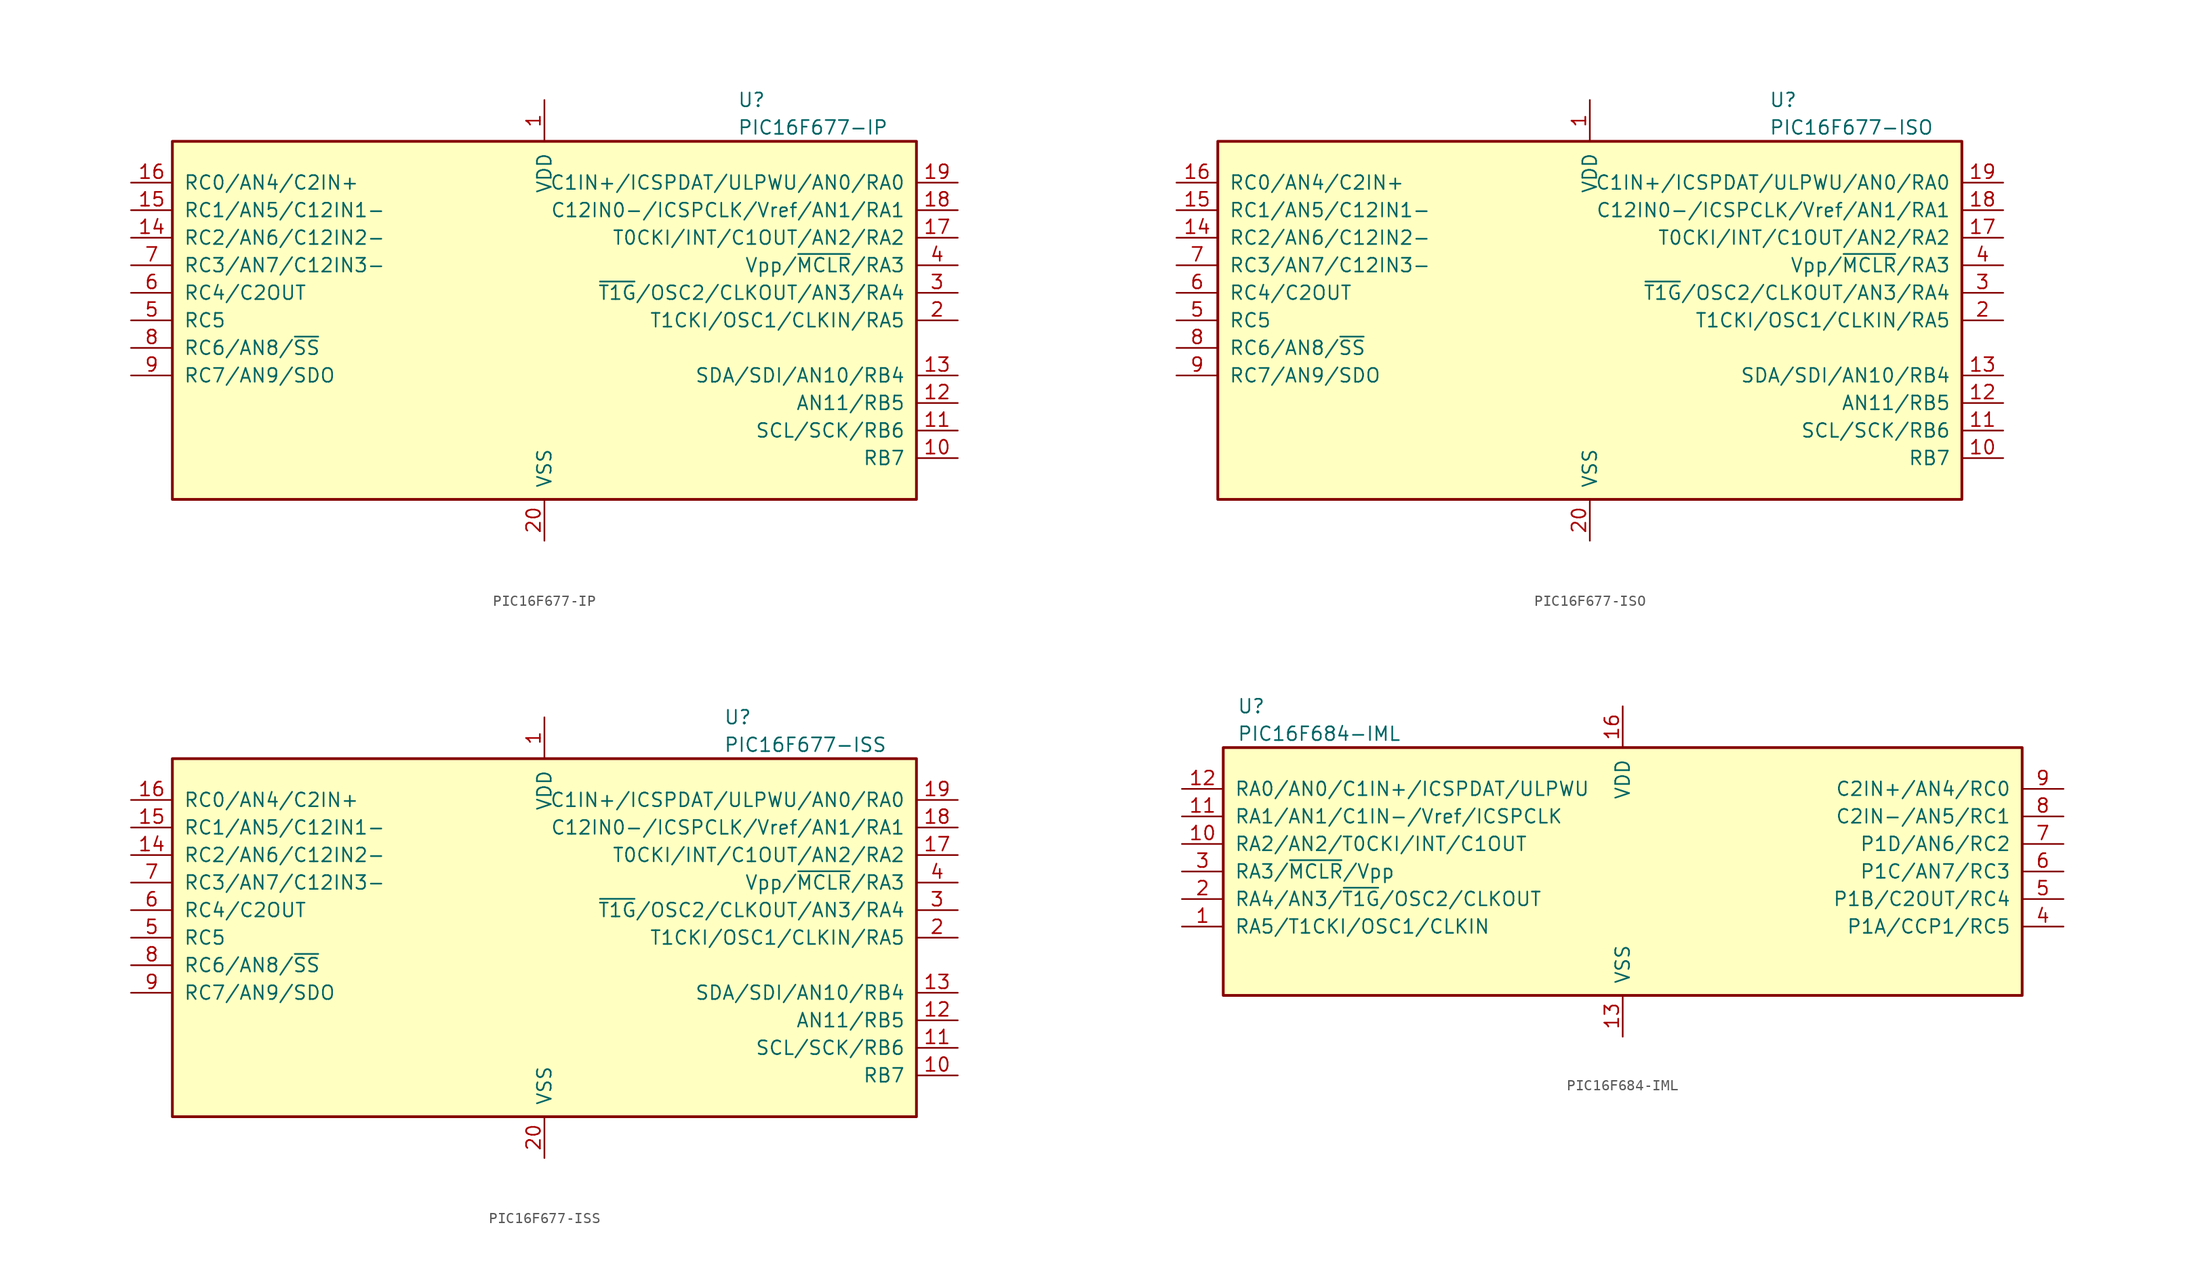
<source format=kicad_sym>
(kicad_symbol_lib
  (version 20201005)
  (generator kicad_symbol_editor)
  (symbol "MCU_Microchip_PIC16:PIC16F677-IP"
    (pin_names
      (offset 1.016))
    (property "Reference" "U"
      (at 17.78 20.32 0)
      (effects (font (size 1.27 1.27)) (justify left)))
    (property "Value" "PIC16F677-IP"
      (at 17.78 17.78 0)
      (effects (font (size 1.27 1.27)) (justify left)))
    (symbol "PIC16F677-IP_0_1"
      (rectangle (start -34.29 16.51) (end 34.29 -16.51) (stroke (width 0.254)) (fill (type background))))
    (symbol "PIC16F677-IP_1_1"
      (pin power_in line (at 0 20.32 270) (length 3.81) (name "VDD" (effects (font (size 1.27 1.27)))) (number "1" (effects (font (size 1.27 1.27)))))
      (pin bidirectional line (at 38.1 -12.7 180) (length 3.81) (name "RB7" (effects (font (size 1.27 1.27)))) (number "10" (effects (font (size 1.27 1.27)))))
      (pin bidirectional line (at 38.1 -10.16 180) (length 3.81) (name "SCL/SCK/RB6" (effects (font (size 1.27 1.27)))) (number "11" (effects (font (size 1.27 1.27)))))
      (pin bidirectional line (at 38.1 -7.62 180) (length 3.81) (name "AN11/RB5" (effects (font (size 1.27 1.27)))) (number "12" (effects (font (size 1.27 1.27)))))
      (pin bidirectional line (at 38.1 -5.08 180) (length 3.81) (name "SDA/SDI/AN10/RB4" (effects (font (size 1.27 1.27)))) (number "13" (effects (font (size 1.27 1.27)))))
      (pin bidirectional line (at -38.1 7.62 0) (length 3.81) (name "RC2/AN6/C12IN2-" (effects (font (size 1.27 1.27)))) (number "14" (effects (font (size 1.27 1.27)))))
      (pin bidirectional line (at -38.1 10.16 0) (length 3.81) (name "RC1/AN5/C12IN1-" (effects (font (size 1.27 1.27)))) (number "15" (effects (font (size 1.27 1.27)))))
      (pin bidirectional line (at -38.1 12.7 0) (length 3.81) (name "RC0/AN4/C2IN+" (effects (font (size 1.27 1.27)))) (number "16" (effects (font (size 1.27 1.27)))))
      (pin bidirectional line (at 38.1 7.62 180) (length 3.81) (name "T0CKI/INT/C1OUT/AN2/RA2" (effects (font (size 1.27 1.27)))) (number "17" (effects (font (size 1.27 1.27)))))
      (pin bidirectional line (at 38.1 10.16 180) (length 3.81) (name "C12IN0-/ICSPCLK/Vref/AN1/RA1" (effects (font (size 1.27 1.27)))) (number "18" (effects (font (size 1.27 1.27)))))
      (pin bidirectional line (at 38.1 12.7 180) (length 3.81) (name "C1IN+/ICSPDAT/ULPWU/AN0/RA0" (effects (font (size 1.27 1.27)))) (number "19" (effects (font (size 1.27 1.27)))))
      (pin bidirectional line (at 38.1 0 180) (length 3.81) (name "T1CKI/OSC1/CLKIN/RA5" (effects (font (size 1.27 1.27)))) (number "2" (effects (font (size 1.27 1.27)))))
      (pin power_in line (at 0 -20.32 90) (length 3.81) (name "VSS" (effects (font (size 1.27 1.27)))) (number "20" (effects (font (size 1.27 1.27)))))
      (pin bidirectional line (at 38.1 2.54 180) (length 3.81) (name "~T1G~/OSC2/CLKOUT/AN3/RA4" (effects (font (size 1.27 1.27)))) (number "3" (effects (font (size 1.27 1.27)))))
      (pin input line (at 38.1 5.08 180) (length 3.81) (name "Vpp/~MCLR~/RA3" (effects (font (size 1.27 1.27)))) (number "4" (effects (font (size 1.27 1.27)))))
      (pin bidirectional line (at -38.1 0 0) (length 3.81) (name "RC5" (effects (font (size 1.27 1.27)))) (number "5" (effects (font (size 1.27 1.27)))))
      (pin bidirectional line (at -38.1 2.54 0) (length 3.81) (name "RC4/C2OUT" (effects (font (size 1.27 1.27)))) (number "6" (effects (font (size 1.27 1.27)))))
      (pin bidirectional line (at -38.1 5.08 0) (length 3.81) (name "RC3/AN7/C12IN3-" (effects (font (size 1.27 1.27)))) (number "7" (effects (font (size 1.27 1.27)))))
      (pin bidirectional line (at -38.1 -2.54 0) (length 3.81) (name "RC6/AN8/~SS~" (effects (font (size 1.27 1.27)))) (number "8" (effects (font (size 1.27 1.27)))))
      (pin bidirectional line (at -38.1 -5.08 0) (length 3.81) (name "RC7/AN9/SDO" (effects (font (size 1.27 1.27)))) (number "9" (effects (font (size 1.27 1.27)))))))
  (symbol "MCU_Microchip_PIC16:PIC16F677-ISO"
    (pin_names
      (offset 1.016))
    (property "Reference" "U"
      (at 16.51 20.32 0)
      (effects (font (size 1.27 1.27)) (justify left)))
    (property "Value" "PIC16F677-ISO"
      (at 16.51 17.78 0)
      (effects (font (size 1.27 1.27)) (justify left)))
    (symbol "PIC16F677-ISO_0_1"
      (rectangle (start -34.29 16.51) (end 34.29 -16.51) (stroke (width 0.254)) (fill (type background))))
    (symbol "PIC16F677-ISO_1_1"
      (pin power_in line (at 0 20.32 270) (length 3.81) (name "VDD" (effects (font (size 1.27 1.27)))) (number "1" (effects (font (size 1.27 1.27)))))
      (pin bidirectional line (at 38.1 -12.7 180) (length 3.81) (name "RB7" (effects (font (size 1.27 1.27)))) (number "10" (effects (font (size 1.27 1.27)))))
      (pin bidirectional line (at 38.1 -10.16 180) (length 3.81) (name "SCL/SCK/RB6" (effects (font (size 1.27 1.27)))) (number "11" (effects (font (size 1.27 1.27)))))
      (pin bidirectional line (at 38.1 -7.62 180) (length 3.81) (name "AN11/RB5" (effects (font (size 1.27 1.27)))) (number "12" (effects (font (size 1.27 1.27)))))
      (pin bidirectional line (at 38.1 -5.08 180) (length 3.81) (name "SDA/SDI/AN10/RB4" (effects (font (size 1.27 1.27)))) (number "13" (effects (font (size 1.27 1.27)))))
      (pin bidirectional line (at -38.1 7.62 0) (length 3.81) (name "RC2/AN6/C12IN2-" (effects (font (size 1.27 1.27)))) (number "14" (effects (font (size 1.27 1.27)))))
      (pin bidirectional line (at -38.1 10.16 0) (length 3.81) (name "RC1/AN5/C12IN1-" (effects (font (size 1.27 1.27)))) (number "15" (effects (font (size 1.27 1.27)))))
      (pin bidirectional line (at -38.1 12.7 0) (length 3.81) (name "RC0/AN4/C2IN+" (effects (font (size 1.27 1.27)))) (number "16" (effects (font (size 1.27 1.27)))))
      (pin bidirectional line (at 38.1 7.62 180) (length 3.81) (name "T0CKI/INT/C1OUT/AN2/RA2" (effects (font (size 1.27 1.27)))) (number "17" (effects (font (size 1.27 1.27)))))
      (pin bidirectional line (at 38.1 10.16 180) (length 3.81) (name "C12IN0-/ICSPCLK/Vref/AN1/RA1" (effects (font (size 1.27 1.27)))) (number "18" (effects (font (size 1.27 1.27)))))
      (pin bidirectional line (at 38.1 12.7 180) (length 3.81) (name "C1IN+/ICSPDAT/ULPWU/AN0/RA0" (effects (font (size 1.27 1.27)))) (number "19" (effects (font (size 1.27 1.27)))))
      (pin bidirectional line (at 38.1 0 180) (length 3.81) (name "T1CKI/OSC1/CLKIN/RA5" (effects (font (size 1.27 1.27)))) (number "2" (effects (font (size 1.27 1.27)))))
      (pin power_in line (at 0 -20.32 90) (length 3.81) (name "VSS" (effects (font (size 1.27 1.27)))) (number "20" (effects (font (size 1.27 1.27)))))
      (pin bidirectional line (at 38.1 2.54 180) (length 3.81) (name "~T1G~/OSC2/CLKOUT/AN3/RA4" (effects (font (size 1.27 1.27)))) (number "3" (effects (font (size 1.27 1.27)))))
      (pin input line (at 38.1 5.08 180) (length 3.81) (name "Vpp/~MCLR~/RA3" (effects (font (size 1.27 1.27)))) (number "4" (effects (font (size 1.27 1.27)))))
      (pin bidirectional line (at -38.1 0 0) (length 3.81) (name "RC5" (effects (font (size 1.27 1.27)))) (number "5" (effects (font (size 1.27 1.27)))))
      (pin bidirectional line (at -38.1 2.54 0) (length 3.81) (name "RC4/C2OUT" (effects (font (size 1.27 1.27)))) (number "6" (effects (font (size 1.27 1.27)))))
      (pin bidirectional line (at -38.1 5.08 0) (length 3.81) (name "RC3/AN7/C12IN3-" (effects (font (size 1.27 1.27)))) (number "7" (effects (font (size 1.27 1.27)))))
      (pin bidirectional line (at -38.1 -2.54 0) (length 3.81) (name "RC6/AN8/~SS~" (effects (font (size 1.27 1.27)))) (number "8" (effects (font (size 1.27 1.27)))))
      (pin bidirectional line (at -38.1 -5.08 0) (length 3.81) (name "RC7/AN9/SDO" (effects (font (size 1.27 1.27)))) (number "9" (effects (font (size 1.27 1.27)))))))
  (symbol "MCU_Microchip_PIC16:PIC16F677-ISS"
    (pin_names
      (offset 1.016))
    (property "Reference" "U"
      (at 16.51 20.32 0)
      (effects (font (size 1.27 1.27)) (justify left)))
    (property "Value" "PIC16F677-ISS"
      (at 16.51 17.78 0)
      (effects (font (size 1.27 1.27)) (justify left)))
    (symbol "PIC16F677-ISS_0_1"
      (rectangle (start -34.29 16.51) (end 34.29 -16.51) (stroke (width 0.254)) (fill (type background))))
    (symbol "PIC16F677-ISS_1_1"
      (pin power_in line (at 0 20.32 270) (length 3.81) (name "VDD" (effects (font (size 1.27 1.27)))) (number "1" (effects (font (size 1.27 1.27)))))
      (pin bidirectional line (at 38.1 -12.7 180) (length 3.81) (name "RB7" (effects (font (size 1.27 1.27)))) (number "10" (effects (font (size 1.27 1.27)))))
      (pin bidirectional line (at 38.1 -10.16 180) (length 3.81) (name "SCL/SCK/RB6" (effects (font (size 1.27 1.27)))) (number "11" (effects (font (size 1.27 1.27)))))
      (pin bidirectional line (at 38.1 -7.62 180) (length 3.81) (name "AN11/RB5" (effects (font (size 1.27 1.27)))) (number "12" (effects (font (size 1.27 1.27)))))
      (pin bidirectional line (at 38.1 -5.08 180) (length 3.81) (name "SDA/SDI/AN10/RB4" (effects (font (size 1.27 1.27)))) (number "13" (effects (font (size 1.27 1.27)))))
      (pin bidirectional line (at -38.1 7.62 0) (length 3.81) (name "RC2/AN6/C12IN2-" (effects (font (size 1.27 1.27)))) (number "14" (effects (font (size 1.27 1.27)))))
      (pin bidirectional line (at -38.1 10.16 0) (length 3.81) (name "RC1/AN5/C12IN1-" (effects (font (size 1.27 1.27)))) (number "15" (effects (font (size 1.27 1.27)))))
      (pin bidirectional line (at -38.1 12.7 0) (length 3.81) (name "RC0/AN4/C2IN+" (effects (font (size 1.27 1.27)))) (number "16" (effects (font (size 1.27 1.27)))))
      (pin bidirectional line (at 38.1 7.62 180) (length 3.81) (name "T0CKI/INT/C1OUT/AN2/RA2" (effects (font (size 1.27 1.27)))) (number "17" (effects (font (size 1.27 1.27)))))
      (pin bidirectional line (at 38.1 10.16 180) (length 3.81) (name "C12IN0-/ICSPCLK/Vref/AN1/RA1" (effects (font (size 1.27 1.27)))) (number "18" (effects (font (size 1.27 1.27)))))
      (pin bidirectional line (at 38.1 12.7 180) (length 3.81) (name "C1IN+/ICSPDAT/ULPWU/AN0/RA0" (effects (font (size 1.27 1.27)))) (number "19" (effects (font (size 1.27 1.27)))))
      (pin bidirectional line (at 38.1 0 180) (length 3.81) (name "T1CKI/OSC1/CLKIN/RA5" (effects (font (size 1.27 1.27)))) (number "2" (effects (font (size 1.27 1.27)))))
      (pin power_in line (at 0 -20.32 90) (length 3.81) (name "VSS" (effects (font (size 1.27 1.27)))) (number "20" (effects (font (size 1.27 1.27)))))
      (pin bidirectional line (at 38.1 2.54 180) (length 3.81) (name "~T1G~/OSC2/CLKOUT/AN3/RA4" (effects (font (size 1.27 1.27)))) (number "3" (effects (font (size 1.27 1.27)))))
      (pin input line (at 38.1 5.08 180) (length 3.81) (name "Vpp/~MCLR~/RA3" (effects (font (size 1.27 1.27)))) (number "4" (effects (font (size 1.27 1.27)))))
      (pin bidirectional line (at -38.1 0 0) (length 3.81) (name "RC5" (effects (font (size 1.27 1.27)))) (number "5" (effects (font (size 1.27 1.27)))))
      (pin bidirectional line (at -38.1 2.54 0) (length 3.81) (name "RC4/C2OUT" (effects (font (size 1.27 1.27)))) (number "6" (effects (font (size 1.27 1.27)))))
      (pin bidirectional line (at -38.1 5.08 0) (length 3.81) (name "RC3/AN7/C12IN3-" (effects (font (size 1.27 1.27)))) (number "7" (effects (font (size 1.27 1.27)))))
      (pin bidirectional line (at -38.1 -2.54 0) (length 3.81) (name "RC6/AN8/~SS~" (effects (font (size 1.27 1.27)))) (number "8" (effects (font (size 1.27 1.27)))))
      (pin bidirectional line (at -38.1 -5.08 0) (length 3.81) (name "RC7/AN9/SDO" (effects (font (size 1.27 1.27)))) (number "9" (effects (font (size 1.27 1.27)))))))
  (symbol "MCU_Microchip_PIC16:PIC16F684-IML"
    (pin_names
      (offset 1.016))
    (property "Reference" "U"
      (at -35.56 15.24 0)
      (effects (font (size 1.27 1.27)) (justify left)))
    (property "Value" "PIC16F684-IML"
      (at -35.56 12.7 0)
      (effects (font (size 1.27 1.27)) (justify left)))
    (symbol "PIC16F684-IML_0_1"
      (rectangle (start -36.83 11.43) (end 36.83 -11.43) (stroke (width 0.254)) (fill (type background))))
    (symbol "PIC16F684-IML_1_1"
      (pin bidirectional line (at -40.64 -5.08 0) (length 3.81) (name "RA5/T1CKI/OSC1/CLKIN" (effects (font (size 1.27 1.27)))) (number "1" (effects (font (size 1.27 1.27)))))
      (pin bidirectional line (at -40.64 2.54 0) (length 3.81) (name "RA2/AN2/T0CKI/INT/C1OUT" (effects (font (size 1.27 1.27)))) (number "10" (effects (font (size 1.27 1.27)))))
      (pin bidirectional line (at -40.64 5.08 0) (length 3.81) (name "RA1/AN1/C1IN-/Vref/ICSPCLK" (effects (font (size 1.27 1.27)))) (number "11" (effects (font (size 1.27 1.27)))))
      (pin bidirectional line (at -40.64 7.62 0) (length 3.81) (name "RA0/AN0/C1IN+/ICSPDAT/ULPWU" (effects (font (size 1.27 1.27)))) (number "12" (effects (font (size 1.27 1.27)))))
      (pin power_in line (at 0 -15.24 90) (length 3.81) (name "VSS" (effects (font (size 1.27 1.27)))) (number "13" (effects (font (size 1.27 1.27)))))
      (pin power_in line (at 0 15.24 270) (length 3.81) (name "VDD" (effects (font (size 1.27 1.27)))) (number "16" (effects (font (size 1.27 1.27)))))
      (pin bidirectional line (at -40.64 -2.54 0) (length 3.81) (name "RA4/AN3/~T1G~/OSC2/CLKOUT" (effects (font (size 1.27 1.27)))) (number "2" (effects (font (size 1.27 1.27)))))
      (pin input line (at -40.64 0 0) (length 3.81) (name "RA3/~MCLR~/Vpp" (effects (font (size 1.27 1.27)))) (number "3" (effects (font (size 1.27 1.27)))))
      (pin bidirectional line (at 40.64 -5.08 180) (length 3.81) (name "P1A/CCP1/RC5" (effects (font (size 1.27 1.27)))) (number "4" (effects (font (size 1.27 1.27)))))
      (pin bidirectional line (at 40.64 -2.54 180) (length 3.81) (name "P1B/C2OUT/RC4" (effects (font (size 1.27 1.27)))) (number "5" (effects (font (size 1.27 1.27)))))
      (pin bidirectional line (at 40.64 0 180) (length 3.81) (name "P1C/AN7/RC3" (effects (font (size 1.27 1.27)))) (number "6" (effects (font (size 1.27 1.27)))))
      (pin bidirectional line (at 40.64 2.54 180) (length 3.81) (name "P1D/AN6/RC2" (effects (font (size 1.27 1.27)))) (number "7" (effects (font (size 1.27 1.27)))))
      (pin bidirectional line (at 40.64 5.08 180) (length 3.81) (name "C2IN-/AN5/RC1" (effects (font (size 1.27 1.27)))) (number "8" (effects (font (size 1.27 1.27)))))
      (pin bidirectional line (at 40.64 7.62 180) (length 3.81) (name "C2IN+/AN4/RC0" (effects (font (size 1.27 1.27)))) (number "9" (effects (font (size 1.27 1.27))))))))
</source>
